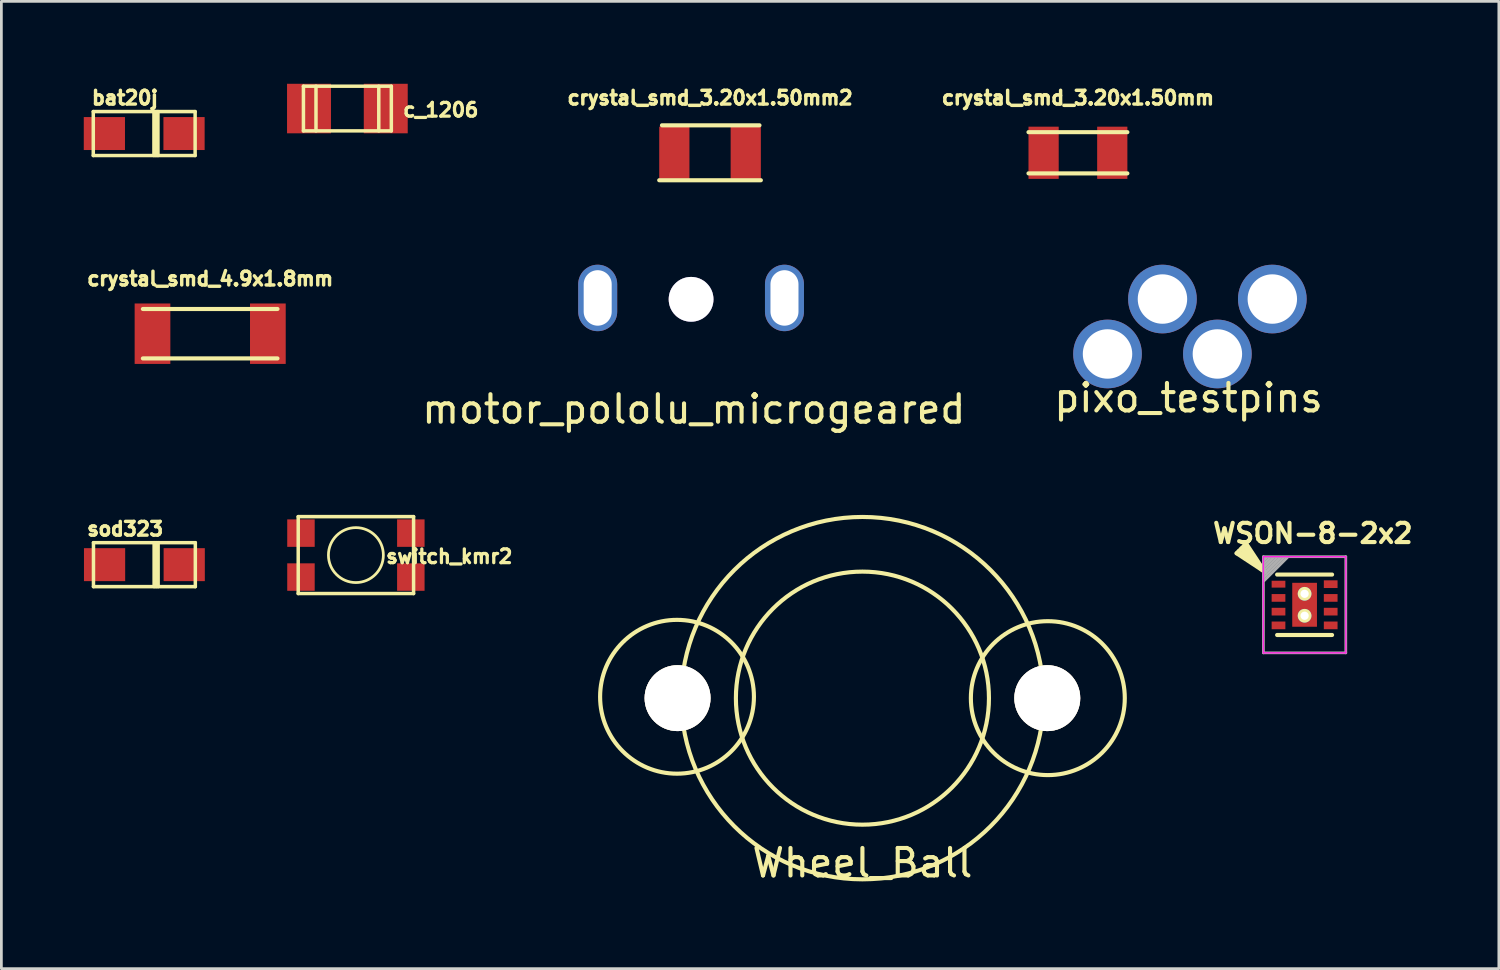
<source format=kicad_pcb>
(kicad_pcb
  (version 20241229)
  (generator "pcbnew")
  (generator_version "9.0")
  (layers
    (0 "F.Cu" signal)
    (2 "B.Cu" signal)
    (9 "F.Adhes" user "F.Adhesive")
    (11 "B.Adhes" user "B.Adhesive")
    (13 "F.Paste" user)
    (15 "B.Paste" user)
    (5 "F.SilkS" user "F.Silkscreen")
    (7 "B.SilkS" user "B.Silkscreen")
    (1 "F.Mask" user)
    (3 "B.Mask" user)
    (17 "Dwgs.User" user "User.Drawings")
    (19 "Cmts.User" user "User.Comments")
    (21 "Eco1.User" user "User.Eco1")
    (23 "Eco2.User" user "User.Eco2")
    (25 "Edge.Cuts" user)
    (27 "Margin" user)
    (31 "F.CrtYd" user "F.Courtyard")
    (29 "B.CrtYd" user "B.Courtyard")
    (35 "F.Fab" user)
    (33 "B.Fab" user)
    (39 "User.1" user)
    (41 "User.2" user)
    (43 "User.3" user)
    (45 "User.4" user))
  (footprint "WSON-8-2x2"
    (layer "F.Cu")
    (at 44.446 18.968)
    (property "Reference" "WSON-8-2x2" (at 0.3 -2.6 0) (layer "F.SilkS") (effects (font (size 0.7 0.7) (thickness 0.15))))
    (attr through_hole)
    (fp_line (start -2.475 -1.875) (end -1.45 -1.2) (stroke (width 0.15) (type solid)) (layer "F.SilkS"))
    (fp_line (start -2.125 -2.225) (end -2.475 -1.875) (stroke (width 0.15) (type solid)) (layer "F.SilkS"))
    (fp_line (start -1.45 -1.2) (end -2.4 -1.95) (stroke (width 0.15) (type solid)) (layer "F.SilkS"))
    (fp_line (start -1.45 -1.2) (end -2.3 -2.05) (stroke (width 0.15) (type solid)) (layer "F.SilkS"))
    (fp_line (start -1.45 -1.2) (end -2.2 -2.15) (stroke (width 0.15) (type solid)) (layer "F.SilkS"))
    (fp_line (start -1.45 -1.2) (end -2.125 -2.225) (stroke (width 0.15) (type solid)) (layer "F.SilkS"))
    (fp_line (start -1 -1.1) (end 1 -1.1) (stroke (width 0.15) (type solid)) (layer "F.SilkS"))
    (fp_line (start -1 1.1) (end 1 1.1) (stroke (width 0.15) (type solid)) (layer "F.SilkS"))
    (fp_line (start -1.5 -1.75) (end -1.5 1.75) (stroke (width 0.05) (type solid)) (layer "F.CrtYd"))
    (fp_line (start -1.5 -1.75) (end 1.5 -1.75) (stroke (width 0.05) (type solid)) (layer "F.CrtYd"))
    (fp_line (start -1.5 1.75) (end 1.5 1.75) (stroke (width 0.05) (type solid)) (layer "F.CrtYd"))
    (fp_line (start 1.5 1.75) (end 1.5 -1.75) (stroke (width 0.05) (type solid)) (layer "F.CrtYd"))
    (fp_line (start -1.5 -1.75) (end 1.5 -1.75) (stroke (width 0.1) (type solid)) (layer "F.Fab"))
    (fp_line (start -1.5 1.75) (end -1.5 -1.75) (stroke (width 0.1) (type solid)) (layer "F.Fab"))
    (fp_line (start -1.475 -1.125) (end -0.875 -1.725) (stroke (width 0.1) (type solid)) (layer "F.Fab"))
    (fp_line (start -1.375 -1.725) (end -1.475 -1.625) (stroke (width 0.1) (type solid)) (layer "F.Fab"))
    (fp_line (start -1.25 -1.725) (end -1.475 -1.5) (stroke (width 0.1) (type solid)) (layer "F.Fab"))
    (fp_line (start -1.125 -1.725) (end -1.475 -1.375) (stroke (width 0.1) (type solid)) (layer "F.Fab"))
    (fp_line (start -1 -1.725) (end -1.475 -1.25) (stroke (width 0.1) (type solid)) (layer "F.Fab"))
    (fp_line (start -0.75 -1.725) (end -1.475 -1) (stroke (width 0.1) (type solid)) (layer "F.Fab"))
    (fp_line (start -0.625 -1.725) (end -1.475 -0.875) (stroke (width 0.1) (type solid)) (layer "F.Fab"))
    (fp_line (start 1.5 -1.75) (end 1.5 1.75) (stroke (width 0.1) (type solid)) (layer "F.Fab"))
    (fp_line (start 1.5 1.75) (end -1.5 1.75) (stroke (width 0.1) (type solid)) (layer "F.Fab"))
    (pad "1" smd rect (at -0.95 -0.75) (size 0.5 0.25) (layers "F.Cu" "F.Mask" "F.Paste"))
    (pad "2" smd rect (at -0.95 -0.25) (size 0.5 0.28) (layers "F.Cu" "F.Mask" "F.Paste"))
    (pad "3" smd rect (at -0.95 0.25) (size 0.5 0.28) (layers "F.Cu" "F.Mask" "F.Paste"))
    (pad "4" smd rect (at -0.95 0.75) (size 0.5 0.28) (layers "F.Cu" "F.Mask" "F.Paste"))
    (pad "5" smd rect (at 0.95 0.75) (size 0.5 0.28) (layers "F.Cu" "F.Mask" "F.Paste"))
    (pad "6" smd rect (at 0.95 0.25) (size 0.5 0.28) (layers "F.Cu" "F.Mask" "F.Paste"))
    (pad "7" smd rect (at 0.95 -0.25) (size 0.5 0.28) (layers "F.Cu" "F.Mask" "F.Paste"))
    (pad "8" smd rect (at 0.95 -0.75) (size 0.5 0.28) (layers "F.Cu" "F.Mask" "F.Paste"))
    (pad "9" thru_hole circle (at 0 -0.4) (size 0.5 0.5) (drill 0.3) (layers "*.Cu" "*.Mask" "F.SilkS"))
    (pad "9" smd rect (at 0 0) (size 0.9 1.6) (layers "F.Cu" "F.Mask"))
    (pad "9" thru_hole circle (at 0 0.4) (size 0.5 0.5) (drill 0.3) (layers "*.Cu" "*.Mask" "F.SilkS")))
  (footprint "Wheel_Ball"
    (layer "F.Cu")
    (at 28.348 22.367)
    (property "Reference" "Wheel_Ball" (at 0 6 0) (layer "F.SilkS") (effects (font (size 1 1) (thickness 0.15))))
    (attr through_hole)
    (fp_circle (center -6.75 -0.05) (end -9.55 -0.05) (stroke (width 0.15) (type solid)) (fill no) (layer "F.SilkS"))
    (fp_circle (center 0 0) (end 4.1 2.1) (stroke (width 0.15) (type solid)) (fill no) (layer "F.SilkS"))
    (fp_circle (center 0 0) (end 5.9 2.95) (stroke (width 0.15) (type solid)) (fill no) (layer "F.SilkS"))
    (fp_circle (center 6.75 0) (end 9.55 -0.1) (stroke (width 0.15) (type solid)) (fill no) (layer "F.SilkS"))
    (pad "1" thru_hole circle (at -6.73 0) (size 2.4 2.4) (drill 2.4) (layers "*.Cu" "*.Mask" "F.SilkS"))
    (pad "1" thru_hole circle (at 6.73 0) (size 2.4 2.4) (drill 2.4) (layers "*.Cu" "*.Mask" "F.SilkS")))
  (footprint "crystal_smd_3.20x1.50mm2"
    (layer "F.Cu")
    (at 22.8 2.512)
    (property "Reference" "crystal_smd_3.20x1.50mm2" (at 0 -2 0) (layer "F.SilkS") (effects (font (size 0.5 0.5) (thickness 0.125))))
    (attr through_hole)
    (fp_line (start -1.85 1) (end 1.85 1) (stroke (width 0.15) (type solid)) (layer "F.SilkS"))
    (fp_line (start -1.75 -1) (end 1.8 -1) (stroke (width 0.15) (type solid)) (layer "F.SilkS"))
    (pad "1" smd rect (at -1.3 0) (size 1.1 1.9) (layers "F.Cu" "F.Mask" "F.Paste"))
    (pad "2" smd rect (at 1.3 0) (size 1.1 1.9) (layers "F.Cu" "F.Mask" "F.Paste")))
  (footprint "crystal_smd_3.20x1.50mm"
    (layer "F.Cu")
    (at 36.194 2.512)
    (property "Reference" "crystal_smd_3.20x1.50mm" (at 0 -2 0) (layer "F.SilkS") (effects (font (size 0.5 0.5) (thickness 0.125))))
    (attr through_hole)
    (fp_line (start -1.8 -0.75) (end 1.8 -0.75) (stroke (width 0.15) (type solid)) (layer "F.SilkS"))
    (fp_line (start -1.8 0.75) (end 1.8 0.75) (stroke (width 0.15) (type solid)) (layer "F.SilkS"))
    (pad "1" smd rect (at -1.25 0) (size 1.1 1.9) (layers "F.Cu" "F.Mask" "F.Paste"))
    (pad "2" smd rect (at 1.25 0) (size 1.1 1.9) (layers "F.Cu" "F.Mask" "F.Paste")))
  (footprint "sod323"
    (layer "F.Cu")
    (at 2.207 17.507)
    (property "Reference" "sod323" (at -0.7 -1.3 0) (layer "F.SilkS") (effects (font (size 0.5 0.5) (thickness 0.125))))
    (attr through_hole)
    (fp_line (start -1.854 -0.8) (end -1.854 0.8) (stroke (width 0.127) (type solid)) (layer "F.SilkS"))
    (fp_line (start -1.854 0.8) (end 1.854 0.8) (stroke (width 0.127) (type solid)) (layer "F.SilkS"))
    (fp_line (start 0.354 -0.8) (end 0.354 0.8) (stroke (width 0.127) (type solid)) (layer "F.SilkS"))
    (fp_line (start 0.427 0.8) (end 0.427 -0.8) (stroke (width 0.127) (type solid)) (layer "F.SilkS"))
    (fp_line (start 0.5 -0.8) (end 0.5 0.8) (stroke (width 0.127) (type solid)) (layer "F.SilkS"))
    (fp_line (start 1.854 -0.8) (end -1.854 -0.8) (stroke (width 0.127) (type solid)) (layer "F.SilkS"))
    (fp_line (start 1.854 0.8) (end 1.854 -0.8) (stroke (width 0.127) (type solid)) (layer "F.SilkS"))
    (pad "1" smd rect (at 1.45 0) (size 1.5 1.2) (layers "F.Cu" "F.Mask" "F.Paste"))
    (pad "2" smd rect (at -1.45 0) (size 1.5 1.2) (layers "F.Cu" "F.Mask" "F.Paste")))
  (footprint "motor_pololu_microgeared"
    (layer "F.Cu")
    (at 22.11 7.797)
    (property "Reference" "motor_pololu_microgeared" (at 0.1 4.05 0) (layer "F.SilkS") (effects (font (size 1 1) (thickness 0.15))))
    (attr through_hole)
    (pad "0" thru_hole circle (at 0 0.05) (size 1.63 1.63) (drill 1.63) (layers "*.Cu" "*.Mask"))
    (pad "1" thru_hole oval (at -3.4 0) (size 1.42 2.42) (drill oval 1.02 2.02) (layers "*.Cu" "*.Mask"))
    (pad "2" thru_hole oval (at 3.4 0) (size 1.42 2.42) (drill oval 1.02 2.02) (layers "*.Cu" "*.Mask")))
  (footprint "crystal_smd_4.9x1.8mm"
    (layer "F.Cu")
    (at 4.602 9.099)
    (property "Reference" "crystal_smd_4.9x1.8mm" (at 0 -2 0) (layer "F.SilkS") (effects (font (size 0.5 0.5) (thickness 0.125))))
    (attr through_hole)
    (fp_line (start -2.45 -0.9) (end 2.45 -0.9) (stroke (width 0.15) (type solid)) (layer "F.SilkS"))
    (fp_line (start -2.45 0.9) (end 2.45 0.9) (stroke (width 0.15) (type solid)) (layer "F.SilkS"))
    (pad "1" smd rect (at -2.1 0) (size 1.3 2.2) (layers "F.Cu" "F.Mask" "F.Paste"))
    (pad "2" smd rect (at 2.1 0) (size 1.3 2.2) (layers "F.Cu" "F.Mask" "F.Paste")))
  (footprint "switch_kmr2"
    (layer "F.Cu")
    (at 9.907 17.159)
    (property "Reference" "switch_kmr2" (at 3.4 0.05 0) (layer "F.SilkS") (effects (font (size 0.5 0.5) (thickness 0.119))))
    (attr through_hole)
    (fp_line (start -2.1 1.4) (end -2.1 -1.4) (stroke (width 0.127) (type solid)) (layer "F.SilkS"))
    (fp_line (start 2.1 -1.4) (end -2.1 -1.4) (stroke (width 0.127) (type solid)) (layer "F.SilkS"))
    (fp_line (start 2.1 1.4) (end -2.1 1.4) (stroke (width 0.127) (type solid)) (layer "F.SilkS"))
    (fp_line (start 2.1 1.4) (end 2.1 -1.4) (stroke (width 0.127) (type solid)) (layer "F.SilkS"))
    (fp_circle (center 0 0) (end 1 0) (stroke (width 0.1) (type solid)) (fill no) (layer "F.SilkS"))
    (pad "1" smd rect (at -2 -0.8) (size 1 1) (layers "F.Cu" "F.Mask" "F.Paste"))
    (pad "1" smd rect (at 2 -0.8) (size 1 1) (layers "F.Cu" "F.Mask" "F.Paste"))
    (pad "2" smd rect (at -2 0.8) (size 1 1) (layers "F.Cu" "F.Mask" "F.Paste"))
    (pad "2" smd rect (at 2 0.8) (size 1 1) (layers "F.Cu" "F.Mask" "F.Paste")))
  (footprint "c_1206"
    (layer "F.Cu")
    (at 9.597 0.902)
    (property "Reference" "c_1206" (at 3.4 0.05 0) (layer "F.SilkS") (effects (font (size 0.5 0.5) (thickness 0.119))))
    (attr through_hole)
    (fp_line (start -1.6 -0.813) (end -1.6 0.813) (stroke (width 0.127) (type solid)) (layer "F.SilkS"))
    (fp_line (start -1.6 0.813) (end 1.6 0.813) (stroke (width 0.127) (type solid)) (layer "F.SilkS"))
    (fp_line (start -1.143 -0.813) (end -1.143 0.813) (stroke (width 0.127) (type solid)) (layer "F.SilkS"))
    (fp_line (start 1.143 0.813) (end 1.143 -0.813) (stroke (width 0.127) (type solid)) (layer "F.SilkS"))
    (fp_line (start 1.6 -0.813) (end -1.6 -0.813) (stroke (width 0.127) (type solid)) (layer "F.SilkS"))
    (fp_line (start 1.6 0.813) (end 1.6 -0.813) (stroke (width 0.127) (type solid)) (layer "F.SilkS"))
    (pad "1" smd rect (at 1.397 0) (size 1.6 1.803) (layers "F.Cu" "F.Mask" "F.Paste"))
    (pad "2" smd rect (at -1.397 0) (size 1.6 1.803) (layers "F.Cu" "F.Mask" "F.Paste")))
  (footprint "pixo_testpins"
    (layer "F.Cu")
    (at 40.271 8.837)
    (property "Reference" "pixo_testpins" (at -0.05 2.6 0) (layer "F.SilkS") (effects (font (size 1 1) (thickness 0.15))))
    (attr through_hole)
    (pad "1" thru_hole circle (at -3 1) (size 2.5 2.5) (drill 1.8) (layers "*.Cu" "*.Mask"))
    (pad "2" thru_hole circle (at -1 -1) (size 2.5 2.5) (drill 1.8) (layers "*.Cu" "*.Mask"))
    (pad "3" thru_hole circle (at 1 1) (size 2.5 2.5) (drill 1.8) (layers "*.Cu" "*.Mask"))
    (pad "4" thru_hole circle (at 3 -1) (size 2.5 2.5) (drill 1.8) (layers "*.Cu" "*.Mask")))
  (footprint "bat20j"
    (layer "F.Cu")
    (at 2.2 1.812)
    (property "Reference" "bat20j" (at -0.7 -1.3 0) (layer "F.SilkS") (effects (font (size 0.5 0.5) (thickness 0.125))))
    (attr through_hole)
    (fp_line (start -1.854 -0.8) (end -1.854 0.8) (stroke (width 0.127) (type solid)) (layer "F.SilkS"))
    (fp_line (start -1.854 0.8) (end 1.854 0.8) (stroke (width 0.127) (type solid)) (layer "F.SilkS"))
    (fp_line (start 0.354 -0.8) (end 0.354 0.8) (stroke (width 0.127) (type solid)) (layer "F.SilkS"))
    (fp_line (start 0.427 0.8) (end 0.427 -0.8) (stroke (width 0.127) (type solid)) (layer "F.SilkS"))
    (fp_line (start 0.5 -0.8) (end 0.5 0.8) (stroke (width 0.127) (type solid)) (layer "F.SilkS"))
    (fp_line (start 1.854 -0.8) (end -1.854 -0.8) (stroke (width 0.127) (type solid)) (layer "F.SilkS"))
    (fp_line (start 1.854 0.8) (end 1.854 -0.8) (stroke (width 0.127) (type solid)) (layer "F.SilkS"))
    (pad "1" smd rect (at 1.45 0) (size 1.5 1.2) (layers "F.Cu" "F.Mask" "F.Paste"))
    (pad "2" smd rect (at -1.45 0) (size 1.5 1.2) (layers "F.Cu" "F.Mask" "F.Paste")))
  (gr_rect
    (start -3 -3)
    (end 51.518 32.215)
    (stroke (width 0.1) (type default))
    (fill no)
    (layer "Edge.Cuts")))
</source>
